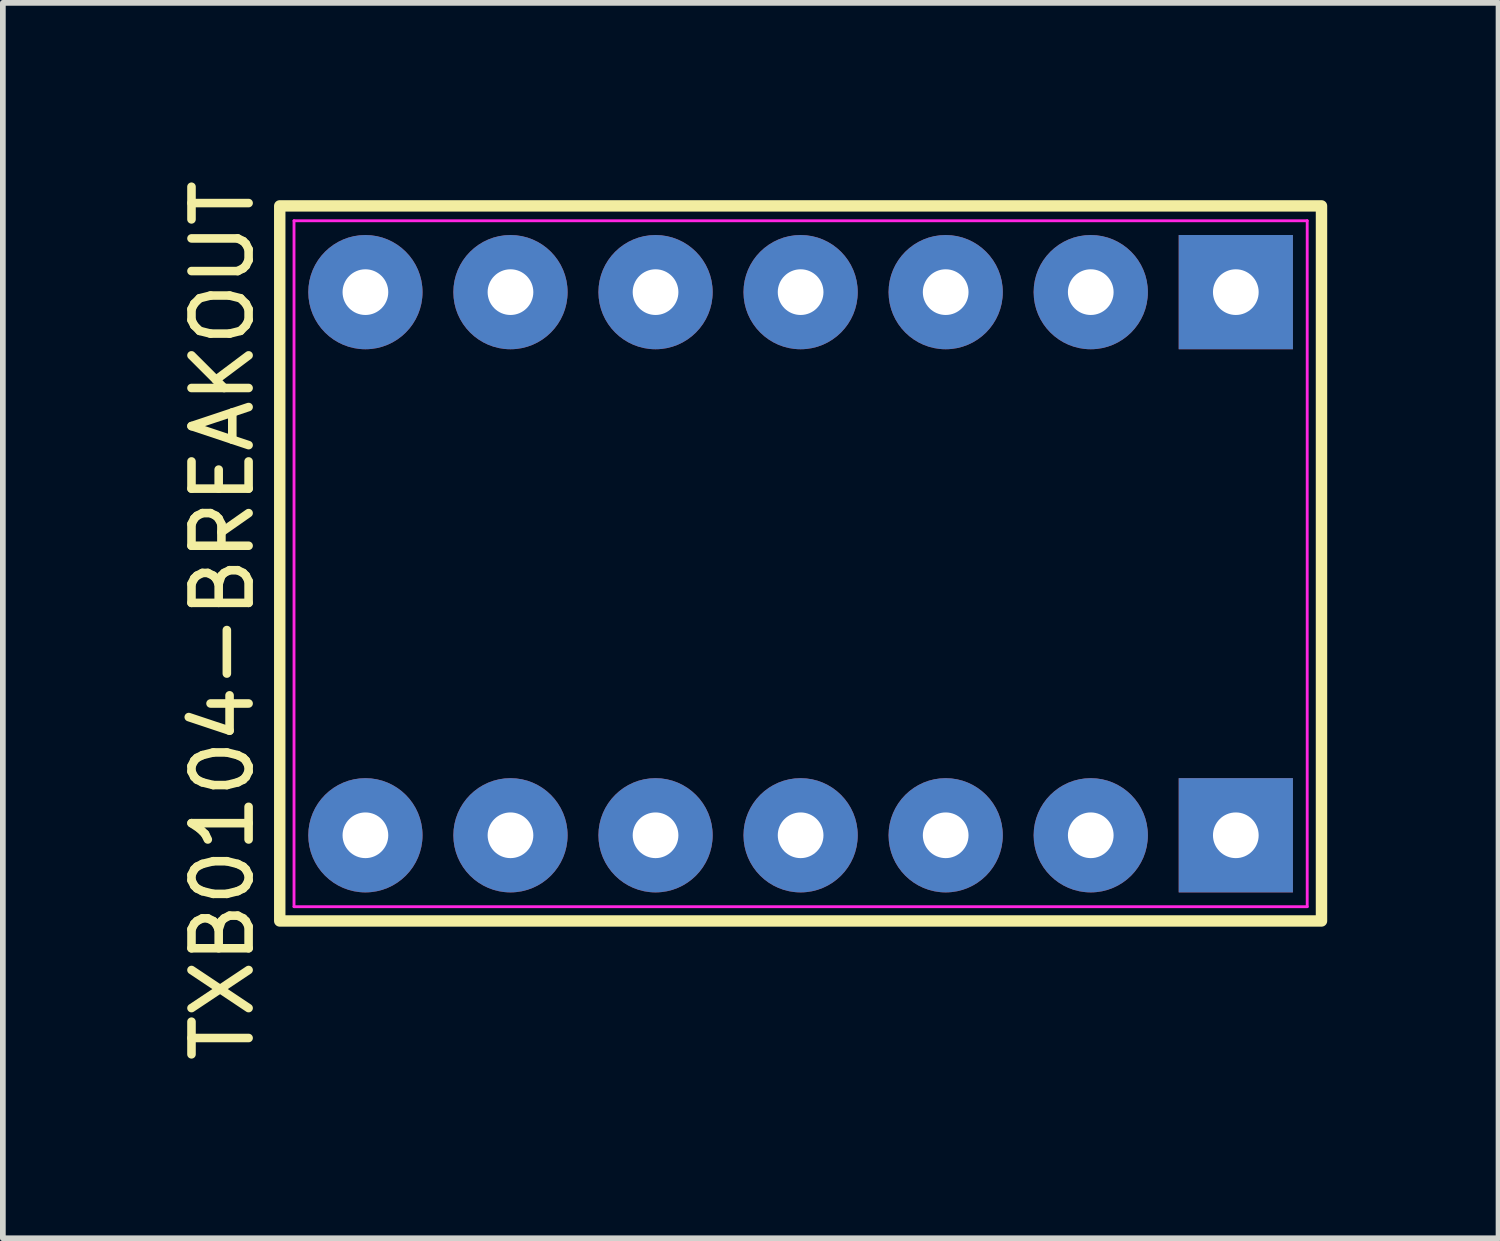
<source format=kicad_pcb>
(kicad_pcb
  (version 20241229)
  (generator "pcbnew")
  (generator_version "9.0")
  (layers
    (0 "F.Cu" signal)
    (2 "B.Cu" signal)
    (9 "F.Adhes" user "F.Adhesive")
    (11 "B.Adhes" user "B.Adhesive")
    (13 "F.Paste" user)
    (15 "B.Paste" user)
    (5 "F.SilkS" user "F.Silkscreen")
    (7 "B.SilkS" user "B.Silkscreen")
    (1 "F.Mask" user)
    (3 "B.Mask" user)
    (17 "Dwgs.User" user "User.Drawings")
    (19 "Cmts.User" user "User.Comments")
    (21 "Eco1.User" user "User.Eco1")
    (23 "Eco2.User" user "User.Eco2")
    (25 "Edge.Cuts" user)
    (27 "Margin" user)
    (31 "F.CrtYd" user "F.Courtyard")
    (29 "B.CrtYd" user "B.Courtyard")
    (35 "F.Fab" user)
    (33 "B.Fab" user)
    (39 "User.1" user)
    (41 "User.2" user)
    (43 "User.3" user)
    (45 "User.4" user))
  (footprint "TXB0104-BREAKOUT"
    (layer "F.Cu")
    (at 10.968 7.815)
    (property "Reference" "TXB0104-BREAKOUT" (at -10.12 0 90) (layer "F.SilkS") (effects (font (size 1 1) (thickness 0.15))))
    (attr through_hole)
    (fp_poly (pts (xy -9.12 1.753) (xy -9.12 -1.753) (xy -9.12 -7.26) (xy 9.12 -7.26) (xy 9.12 5.26) (xy -9.12 5.26)) (stroke (width 0.2) (type solid)) (fill no) (layer "F.SilkS"))
    (fp_line (start -8.87 -7) (end 8.87 -7) (stroke (width 0.05) (type default)) (layer "F.CrtYd"))
    (fp_line (start -8.87 5.01) (end -8.87 -7) (stroke (width 0.05) (type default)) (layer "F.CrtYd"))
    (fp_line (start 8.87 -7) (end 8.87 5.01) (stroke (width 0.05) (type default)) (layer "F.CrtYd"))
    (fp_line (start 8.87 5.01) (end -8.87 5.01) (stroke (width 0.05) (type default)) (layer "F.CrtYd"))
    (pad "0" thru_hole rect (at 7.62 -5.75) (size 2 2) (drill 0.8) (layers "*.Cu" "*.Mask"))
    (pad "0" thru_hole rect (at 7.62 3.76) (size 2 2) (drill 0.8) (layers "*.Cu" "*.Mask"))
    (pad "1" thru_hole circle (at -7.62 -5.75) (size 2 2) (drill 0.8) (layers "*.Cu" "*.Mask"))
    (pad "1" thru_hole circle (at -7.62 3.76) (size 2 2) (drill 0.8) (layers "*.Cu" "*.Mask"))
    (pad "2" thru_hole circle (at -5.08 3.76) (size 2 2) (drill 0.8) (layers "*.Cu" "*.Mask"))
    (pad "3" thru_hole circle (at -2.54 3.76) (size 2 2) (drill 0.8) (layers "*.Cu" "*.Mask"))
    (pad "4" thru_hole circle (at 0 3.76) (size 2 2) (drill 0.8) (layers "*.Cu" "*.Mask"))
    (pad "5" thru_hole circle (at 2.54 3.76) (size 2 2) (drill 0.8) (layers "*.Cu" "*.Mask"))
    (pad "6" thru_hole circle (at 5.08 3.76) (size 2 2) (drill 0.8) (layers "*.Cu" "*.Mask"))
    (pad "7" thru_hole circle (at -5.08 -5.75) (size 2 2) (drill 0.8) (layers "*.Cu" "*.Mask"))
    (pad "8" thru_hole circle (at -2.54 -5.75) (size 2 2) (drill 0.8) (layers "*.Cu" "*.Mask"))
    (pad "9" thru_hole circle (at 0 -5.75) (size 2 2) (drill 0.8) (layers "*.Cu" "*.Mask"))
    (pad "10" thru_hole circle (at 2.54 -5.75) (size 2 2) (drill 0.8) (layers "*.Cu" "*.Mask"))
    (pad "11" thru_hole circle (at 5.08 -5.75) (size 2 2) (drill 0.8) (layers "*.Cu" "*.Mask")))
  (gr_rect
    (start -3 -3)
    (end 23.188 18.631)
    (stroke (width 0.1) (type default))
    (fill no)
    (layer "Edge.Cuts")))
</source>
